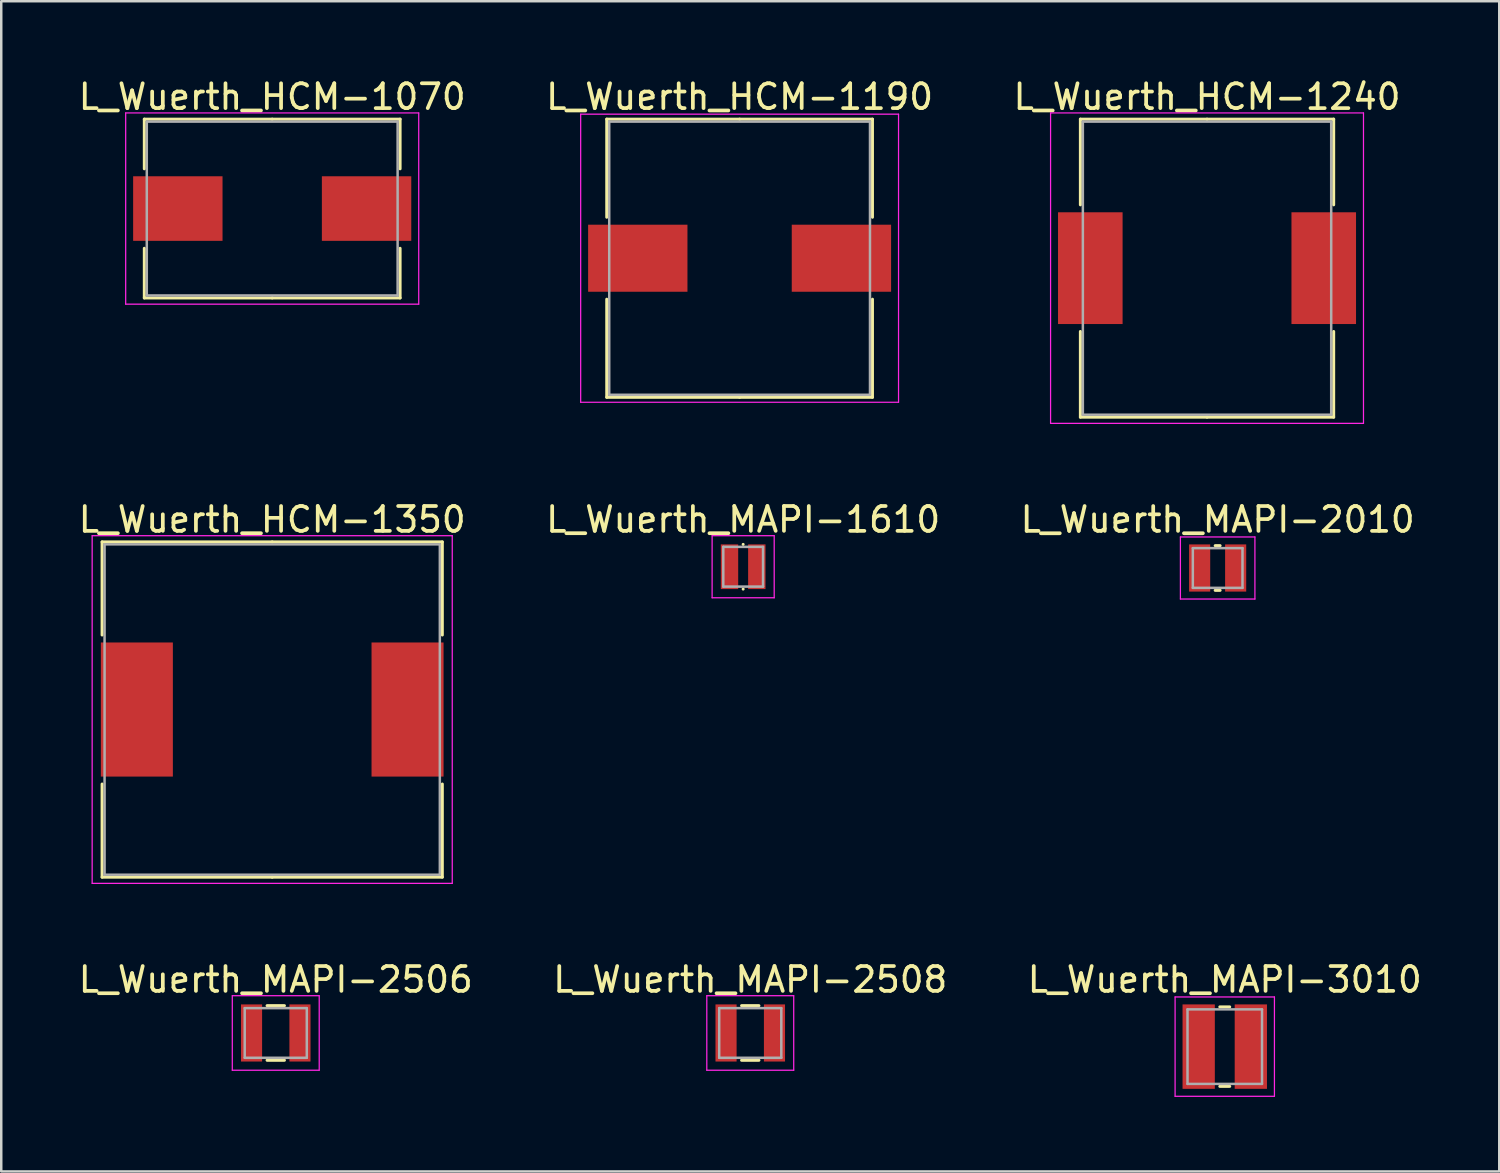
<source format=kicad_pcb>
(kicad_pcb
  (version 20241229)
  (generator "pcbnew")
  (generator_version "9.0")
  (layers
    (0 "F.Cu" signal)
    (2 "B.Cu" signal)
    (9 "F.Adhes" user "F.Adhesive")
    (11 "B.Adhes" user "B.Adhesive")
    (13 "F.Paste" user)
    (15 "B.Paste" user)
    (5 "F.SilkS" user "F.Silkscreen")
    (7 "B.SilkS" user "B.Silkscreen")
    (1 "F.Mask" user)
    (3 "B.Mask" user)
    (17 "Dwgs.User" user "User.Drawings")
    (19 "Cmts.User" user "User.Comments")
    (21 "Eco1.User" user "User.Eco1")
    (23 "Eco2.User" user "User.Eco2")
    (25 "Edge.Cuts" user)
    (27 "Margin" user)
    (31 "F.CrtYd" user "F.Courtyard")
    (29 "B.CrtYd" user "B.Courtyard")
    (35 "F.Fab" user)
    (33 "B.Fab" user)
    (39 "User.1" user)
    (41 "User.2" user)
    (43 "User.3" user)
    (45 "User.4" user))
  (footprint "L_Wuerth_MAPI-2508"
    (layer "F.Cu")
    (at 27.161 38.545)
    (property "Reference" "L_Wuerth_MAPI-2508" (at 0 -2.15 0) (layer "F.SilkS") (effects (font (size 1 1) (thickness 0.15))))
    (attr smd)
    (fp_line (start -0.35 -1.1) (end 0.35 -1.1) (stroke (width 0.12) (type solid)) (layer "F.SilkS"))
    (fp_line (start -0.35 1.1) (end 0.35 1.1) (stroke (width 0.12) (type solid)) (layer "F.SilkS"))
    (fp_line (start -1.75 -1.5) (end -1.75 1.5) (stroke (width 0.05) (type solid)) (layer "F.CrtYd"))
    (fp_line (start -1.75 1.5) (end 1.75 1.5) (stroke (width 0.05) (type solid)) (layer "F.CrtYd"))
    (fp_line (start 1.75 -1.5) (end -1.75 -1.5) (stroke (width 0.05) (type solid)) (layer "F.CrtYd"))
    (fp_line (start 1.75 1.5) (end 1.75 -1.5) (stroke (width 0.05) (type solid)) (layer "F.CrtYd"))
    (fp_line (start -1.25 -1) (end -1.25 1) (stroke (width 0.1) (type solid)) (layer "F.Fab"))
    (fp_line (start -1.25 1) (end 1.25 1) (stroke (width 0.1) (type solid)) (layer "F.Fab"))
    (fp_line (start 1.25 -1) (end -1.25 -1) (stroke (width 0.1) (type solid)) (layer "F.Fab"))
    (fp_line (start 1.25 1) (end 1.25 -1) (stroke (width 0.1) (type solid)) (layer "F.Fab"))
    (pad "1" smd rect (at -0.975 0) (size 0.85 2.3) (layers "F.Cu" "F.Mask" "F.Paste"))
    (pad "2" smd rect (at 0.975 0) (size 0.85 2.3) (layers "F.Cu" "F.Mask" "F.Paste")))
  (footprint "L_Wuerth_HCM-1190"
    (layer "F.Cu")
    (at 26.732 7.348)
    (property "Reference" "L_Wuerth_HCM-1190" (at 0 -6.5 0) (layer "F.SilkS") (effects (font (size 1 1) (thickness 0.15))))
    (attr smd)
    (fp_line (start -5.35 -5.6) (end 0 -5.6) (stroke (width 0.12) (type solid)) (layer "F.SilkS"))
    (fp_line (start -5.35 -1.65) (end -5.35 -5.6) (stroke (width 0.12) (type solid)) (layer "F.SilkS"))
    (fp_line (start -5.35 1.65) (end -5.35 5.6) (stroke (width 0.12) (type solid)) (layer "F.SilkS"))
    (fp_line (start -5.35 5.6) (end 0 5.6) (stroke (width 0.12) (type solid)) (layer "F.SilkS"))
    (fp_line (start 5.35 -5.6) (end 0 -5.6) (stroke (width 0.12) (type solid)) (layer "F.SilkS"))
    (fp_line (start 5.35 -1.65) (end 5.35 -5.6) (stroke (width 0.12) (type solid)) (layer "F.SilkS"))
    (fp_line (start 5.35 1.65) (end 5.35 5.6) (stroke (width 0.12) (type solid)) (layer "F.SilkS"))
    (fp_line (start 5.35 5.6) (end 0 5.6) (stroke (width 0.12) (type solid)) (layer "F.SilkS"))
    (fp_line (start -6.4 -5.8) (end -6.4 5.8) (stroke (width 0.05) (type solid)) (layer "F.CrtYd"))
    (fp_line (start -6.4 5.8) (end 6.4 5.8) (stroke (width 0.05) (type solid)) (layer "F.CrtYd"))
    (fp_line (start 6.4 -5.8) (end -6.4 -5.8) (stroke (width 0.05) (type solid)) (layer "F.CrtYd"))
    (fp_line (start 6.4 5.8) (end 6.4 -5.8) (stroke (width 0.05) (type solid)) (layer "F.CrtYd"))
    (fp_line (start -5.25 -5.5) (end -5.25 5.5) (stroke (width 0.1) (type solid)) (layer "F.Fab"))
    (fp_line (start -5.25 5.5) (end 5.25 5.5) (stroke (width 0.1) (type solid)) (layer "F.Fab"))
    (fp_line (start 5.25 -5.5) (end -5.25 -5.5) (stroke (width 0.1) (type solid)) (layer "F.Fab"))
    (fp_line (start 5.25 5.5) (end 5.25 -5.5) (stroke (width 0.1) (type solid)) (layer "F.Fab"))
    (pad "1" smd rect (at -4.1 0) (size 4 2.7) (layers "F.Cu" "F.Mask" "F.Paste"))
    (pad "2" smd rect (at 4.1 0) (size 4 2.7) (layers "F.Cu" "F.Mask" "F.Paste")))
  (footprint "L_Wuerth_MAPI-2506"
    (layer "F.Cu")
    (at 8.054 38.545)
    (property "Reference" "L_Wuerth_MAPI-2506" (at 0 -2.15 0) (layer "F.SilkS") (effects (font (size 1 1) (thickness 0.15))))
    (attr smd)
    (fp_line (start -0.35 -1.1) (end 0.35 -1.1) (stroke (width 0.12) (type solid)) (layer "F.SilkS"))
    (fp_line (start -0.35 1.1) (end 0.35 1.1) (stroke (width 0.12) (type solid)) (layer "F.SilkS"))
    (fp_line (start -1.75 -1.5) (end -1.75 1.5) (stroke (width 0.05) (type solid)) (layer "F.CrtYd"))
    (fp_line (start -1.75 1.5) (end 1.75 1.5) (stroke (width 0.05) (type solid)) (layer "F.CrtYd"))
    (fp_line (start 1.75 -1.5) (end -1.75 -1.5) (stroke (width 0.05) (type solid)) (layer "F.CrtYd"))
    (fp_line (start 1.75 1.5) (end 1.75 -1.5) (stroke (width 0.05) (type solid)) (layer "F.CrtYd"))
    (fp_line (start -1.25 -1) (end -1.25 1) (stroke (width 0.1) (type solid)) (layer "F.Fab"))
    (fp_line (start -1.25 1) (end 1.25 1) (stroke (width 0.1) (type solid)) (layer "F.Fab"))
    (fp_line (start 1.25 -1) (end -1.25 -1) (stroke (width 0.1) (type solid)) (layer "F.Fab"))
    (fp_line (start 1.25 1) (end 1.25 -1) (stroke (width 0.1) (type solid)) (layer "F.Fab"))
    (pad "1" smd rect (at -0.975 0) (size 0.85 2.3) (layers "F.Cu" "F.Mask" "F.Paste"))
    (pad "2" smd rect (at 0.975 0) (size 0.85 2.3) (layers "F.Cu" "F.Mask" "F.Paste")))
  (footprint "L_Wuerth_MAPI-3010"
    (layer "F.Cu")
    (at 46.268 39.095)
    (property "Reference" "L_Wuerth_MAPI-3010" (at 0 -2.7 0) (layer "F.SilkS") (effects (font (size 1 1) (thickness 0.15))))
    (attr smd)
    (fp_line (start -0.2 -1.6) (end 0.2 -1.6) (stroke (width 0.12) (type solid)) (layer "F.SilkS"))
    (fp_line (start -0.2 1.6) (end 0.2 1.6) (stroke (width 0.12) (type solid)) (layer "F.SilkS"))
    (fp_line (start -2 -2) (end -2 2) (stroke (width 0.05) (type solid)) (layer "F.CrtYd"))
    (fp_line (start -2 2) (end 2 2) (stroke (width 0.05) (type solid)) (layer "F.CrtYd"))
    (fp_line (start 2 -2) (end -2 -2) (stroke (width 0.05) (type solid)) (layer "F.CrtYd"))
    (fp_line (start 2 2) (end 2 -2) (stroke (width 0.05) (type solid)) (layer "F.CrtYd"))
    (fp_line (start -1.5 -1.5) (end -1.5 1.5) (stroke (width 0.1) (type solid)) (layer "F.Fab"))
    (fp_line (start -1.5 1.5) (end 1.5 1.5) (stroke (width 0.1) (type solid)) (layer "F.Fab"))
    (fp_line (start 1.5 -1.5) (end -1.5 -1.5) (stroke (width 0.1) (type solid)) (layer "F.Fab"))
    (fp_line (start 1.5 1.5) (end 1.5 -1.5) (stroke (width 0.1) (type solid)) (layer "F.Fab"))
    (pad "1" smd rect (at -1.05 0) (size 1.3 3.4) (layers "F.Cu" "F.Mask" "F.Paste"))
    (pad "2" smd rect (at 1.05 0) (size 1.3 3.4) (layers "F.Cu" "F.Mask" "F.Paste")))
  (footprint "L_Wuerth_HCM-1070"
    (layer "F.Cu")
    (at 7.911 5.348)
    (property "Reference" "L_Wuerth_HCM-1070" (at 0 -4.5 0) (layer "F.SilkS") (effects (font (size 1 1) (thickness 0.15))))
    (attr smd)
    (fp_line (start -5.15 -3.6) (end 0 -3.6) (stroke (width 0.12) (type solid)) (layer "F.SilkS"))
    (fp_line (start -5.15 -1.6) (end -5.15 -3.6) (stroke (width 0.12) (type solid)) (layer "F.SilkS"))
    (fp_line (start -5.15 1.6) (end -5.15 3.6) (stroke (width 0.12) (type solid)) (layer "F.SilkS"))
    (fp_line (start -5.15 3.6) (end 0 3.6) (stroke (width 0.12) (type solid)) (layer "F.SilkS"))
    (fp_line (start 5.15 -3.6) (end 0 -3.6) (stroke (width 0.12) (type solid)) (layer "F.SilkS"))
    (fp_line (start 5.15 -1.6) (end 5.15 -3.6) (stroke (width 0.12) (type solid)) (layer "F.SilkS"))
    (fp_line (start 5.15 1.6) (end 5.15 3.6) (stroke (width 0.12) (type solid)) (layer "F.SilkS"))
    (fp_line (start 5.15 3.6) (end 0 3.6) (stroke (width 0.12) (type solid)) (layer "F.SilkS"))
    (fp_line (start -5.9 -3.85) (end -5.9 3.85) (stroke (width 0.05) (type solid)) (layer "F.CrtYd"))
    (fp_line (start -5.9 3.85) (end 5.9 3.85) (stroke (width 0.05) (type solid)) (layer "F.CrtYd"))
    (fp_line (start 5.9 -3.85) (end -5.9 -3.85) (stroke (width 0.05) (type solid)) (layer "F.CrtYd"))
    (fp_line (start 5.9 3.85) (end 5.9 -3.85) (stroke (width 0.05) (type solid)) (layer "F.CrtYd"))
    (fp_line (start -5.05 -3.5) (end -5.05 3.5) (stroke (width 0.1) (type solid)) (layer "F.Fab"))
    (fp_line (start -5.05 3.5) (end 5.05 3.5) (stroke (width 0.1) (type solid)) (layer "F.Fab"))
    (fp_line (start 5.05 -3.5) (end -5.05 -3.5) (stroke (width 0.1) (type solid)) (layer "F.Fab"))
    (fp_line (start 5.05 3.5) (end 5.05 -3.5) (stroke (width 0.1) (type solid)) (layer "F.Fab"))
    (pad "1" smd rect (at -3.8 0) (size 3.6 2.6) (layers "F.Cu" "F.Mask" "F.Paste"))
    (pad "2" smd rect (at 3.8 0) (size 3.6 2.6) (layers "F.Cu" "F.Mask" "F.Paste")))
  (footprint "L_Wuerth_MAPI-2010"
    (layer "F.Cu")
    (at 45.982 19.822)
    (property "Reference" "L_Wuerth_MAPI-2010" (at 0 -1.95 0) (layer "F.SilkS") (effects (font (size 1 1) (thickness 0.15))))
    (attr smd)
    (fp_line (start -0.1 -0.9) (end 0.1 -0.9) (stroke (width 0.12) (type solid)) (layer "F.SilkS"))
    (fp_line (start -0.1 0.9) (end 0.1 0.9) (stroke (width 0.12) (type solid)) (layer "F.SilkS"))
    (fp_line (start -1.5 -1.25) (end -1.5 1.25) (stroke (width 0.05) (type solid)) (layer "F.CrtYd"))
    (fp_line (start -1.5 1.25) (end 1.5 1.25) (stroke (width 0.05) (type solid)) (layer "F.CrtYd"))
    (fp_line (start 1.5 -1.25) (end -1.5 -1.25) (stroke (width 0.05) (type solid)) (layer "F.CrtYd"))
    (fp_line (start 1.5 1.25) (end 1.5 -1.25) (stroke (width 0.05) (type solid)) (layer "F.CrtYd"))
    (fp_line (start -1 -0.8) (end -1 0.8) (stroke (width 0.1) (type solid)) (layer "F.Fab"))
    (fp_line (start -1 0.8) (end 1 0.8) (stroke (width 0.1) (type solid)) (layer "F.Fab"))
    (fp_line (start 1 -0.8) (end -1 -0.8) (stroke (width 0.1) (type solid)) (layer "F.Fab"))
    (fp_line (start 1 0.8) (end 1 -0.8) (stroke (width 0.1) (type solid)) (layer "F.Fab"))
    (pad "1" smd rect (at -0.725 0) (size 0.85 1.9) (layers "F.Cu" "F.Mask" "F.Paste"))
    (pad "2" smd rect (at 0.725 0) (size 0.85 1.9) (layers "F.Cu" "F.Mask" "F.Paste")))
  (footprint "L_Wuerth_MAPI-1610"
    (layer "F.Cu")
    (at 26.875 19.771)
    (property "Reference" "L_Wuerth_MAPI-1610" (at 0 -1.9 0) (layer "F.SilkS") (effects (font (size 1 1) (thickness 0.15))))
    (attr smd)
    (fp_line (start 0 -0.9) (end 0 -0.9) (stroke (width 0.12) (type solid)) (layer "F.SilkS"))
    (fp_line (start 0 0.9) (end 0 0.9) (stroke (width 0.12) (type solid)) (layer "F.SilkS"))
    (fp_line (start -1.25 -1.25) (end -1.25 1.25) (stroke (width 0.05) (type solid)) (layer "F.CrtYd"))
    (fp_line (start -1.25 1.25) (end 1.25 1.25) (stroke (width 0.05) (type solid)) (layer "F.CrtYd"))
    (fp_line (start 1.25 -1.25) (end -1.25 -1.25) (stroke (width 0.05) (type solid)) (layer "F.CrtYd"))
    (fp_line (start 1.25 1.25) (end 1.25 -1.25) (stroke (width 0.05) (type solid)) (layer "F.CrtYd"))
    (fp_line (start -0.8 -0.8) (end -0.8 0.8) (stroke (width 0.1) (type solid)) (layer "F.Fab"))
    (fp_line (start -0.8 0.8) (end 0.8 0.8) (stroke (width 0.1) (type solid)) (layer "F.Fab"))
    (fp_line (start 0.8 -0.8) (end -0.8 -0.8) (stroke (width 0.1) (type solid)) (layer "F.Fab"))
    (fp_line (start 0.8 0.8) (end 0.8 -0.8) (stroke (width 0.1) (type solid)) (layer "F.Fab"))
    (pad "1" smd rect (at -0.55 0) (size 0.7 1.8) (layers "F.Cu" "F.Mask" "F.Paste"))
    (pad "2" smd rect (at 0.55 0) (size 0.7 1.8) (layers "F.Cu" "F.Mask" "F.Paste")))
  (footprint "L_Wuerth_HCM-1350"
    (layer "F.Cu")
    (at 7.911 25.521)
    (property "Reference" "L_Wuerth_HCM-1350" (at 0 -7.65 0) (layer "F.SilkS") (effects (font (size 1 1) (thickness 0.15))))
    (attr smd)
    (fp_line (start -6.85 -6.75) (end 0 -6.75) (stroke (width 0.12) (type solid)) (layer "F.SilkS"))
    (fp_line (start -6.85 -3) (end -6.85 -6.75) (stroke (width 0.12) (type solid)) (layer "F.SilkS"))
    (fp_line (start -6.85 3) (end -6.85 6.75) (stroke (width 0.12) (type solid)) (layer "F.SilkS"))
    (fp_line (start -6.85 6.75) (end 0 6.75) (stroke (width 0.12) (type solid)) (layer "F.SilkS"))
    (fp_line (start 6.85 -6.75) (end 0 -6.75) (stroke (width 0.12) (type solid)) (layer "F.SilkS"))
    (fp_line (start 6.85 -3) (end 6.85 -6.75) (stroke (width 0.12) (type solid)) (layer "F.SilkS"))
    (fp_line (start 6.85 3) (end 6.85 6.75) (stroke (width 0.12) (type solid)) (layer "F.SilkS"))
    (fp_line (start 6.85 6.75) (end 0 6.75) (stroke (width 0.12) (type solid)) (layer "F.SilkS"))
    (fp_line (start -7.25 -7) (end -7.25 7) (stroke (width 0.05) (type solid)) (layer "F.CrtYd"))
    (fp_line (start -7.25 7) (end 7.25 7) (stroke (width 0.05) (type solid)) (layer "F.CrtYd"))
    (fp_line (start 7.25 -7) (end -7.25 -7) (stroke (width 0.05) (type solid)) (layer "F.CrtYd"))
    (fp_line (start 7.25 7) (end 7.25 -7) (stroke (width 0.05) (type solid)) (layer "F.CrtYd"))
    (fp_line (start -6.75 -6.65) (end -6.75 6.65) (stroke (width 0.1) (type solid)) (layer "F.Fab"))
    (fp_line (start -6.75 6.65) (end 6.75 6.65) (stroke (width 0.1) (type solid)) (layer "F.Fab"))
    (fp_line (start 6.75 -6.65) (end -6.75 -6.65) (stroke (width 0.1) (type solid)) (layer "F.Fab"))
    (fp_line (start 6.75 6.65) (end 6.75 -6.65) (stroke (width 0.1) (type solid)) (layer "F.Fab"))
    (pad "1" smd rect (at -5.45 0) (size 2.9 5.4) (layers "F.Cu" "F.Mask" "F.Paste"))
    (pad "2" smd rect (at 5.45 0) (size 2.9 5.4) (layers "F.Cu" "F.Mask" "F.Paste")))
  (footprint "L_Wuerth_HCM-1240"
    (layer "F.Cu")
    (at 45.554 7.748)
    (property "Reference" "L_Wuerth_HCM-1240" (at 0 -6.9 0) (layer "F.SilkS") (effects (font (size 1 1) (thickness 0.15))))
    (attr smd)
    (fp_line (start -5.1 -6) (end 0 -6) (stroke (width 0.12) (type solid)) (layer "F.SilkS"))
    (fp_line (start -5.1 -2.55) (end -5.1 -6) (stroke (width 0.12) (type solid)) (layer "F.SilkS"))
    (fp_line (start -5.1 2.55) (end -5.1 6) (stroke (width 0.12) (type solid)) (layer "F.SilkS"))
    (fp_line (start -5.1 6) (end 0 6) (stroke (width 0.12) (type solid)) (layer "F.SilkS"))
    (fp_line (start 5.1 -6) (end 0 -6) (stroke (width 0.12) (type solid)) (layer "F.SilkS"))
    (fp_line (start 5.1 -2.55) (end 5.1 -6) (stroke (width 0.12) (type solid)) (layer "F.SilkS"))
    (fp_line (start 5.1 2.55) (end 5.1 6) (stroke (width 0.12) (type solid)) (layer "F.SilkS"))
    (fp_line (start 5.1 6) (end 0 6) (stroke (width 0.12) (type solid)) (layer "F.SilkS"))
    (fp_line (start -6.3 -6.25) (end -6.3 6.25) (stroke (width 0.05) (type solid)) (layer "F.CrtYd"))
    (fp_line (start -6.3 6.25) (end 6.3 6.25) (stroke (width 0.05) (type solid)) (layer "F.CrtYd"))
    (fp_line (start 6.3 -6.25) (end -6.3 -6.25) (stroke (width 0.05) (type solid)) (layer "F.CrtYd"))
    (fp_line (start 6.3 6.25) (end 6.3 -6.25) (stroke (width 0.05) (type solid)) (layer "F.CrtYd"))
    (fp_line (start -5 -5.9) (end -5 5.9) (stroke (width 0.1) (type solid)) (layer "F.Fab"))
    (fp_line (start -5 5.9) (end 5 5.9) (stroke (width 0.1) (type solid)) (layer "F.Fab"))
    (fp_line (start 5 -5.9) (end -5 -5.9) (stroke (width 0.1) (type solid)) (layer "F.Fab"))
    (fp_line (start 5 5.9) (end 5 -5.9) (stroke (width 0.1) (type solid)) (layer "F.Fab"))
    (pad "1" smd rect (at -4.7 0) (size 2.6 4.5) (layers "F.Cu" "F.Mask" "F.Paste"))
    (pad "2" smd rect (at 4.7 0) (size 2.6 4.5) (layers "F.Cu" "F.Mask" "F.Paste")))
  (gr_rect
    (start -3 -3)
    (end 57.321 44.12)
    (stroke (width 0.1) (type default))
    (fill no)
    (layer "Edge.Cuts")))
</source>
